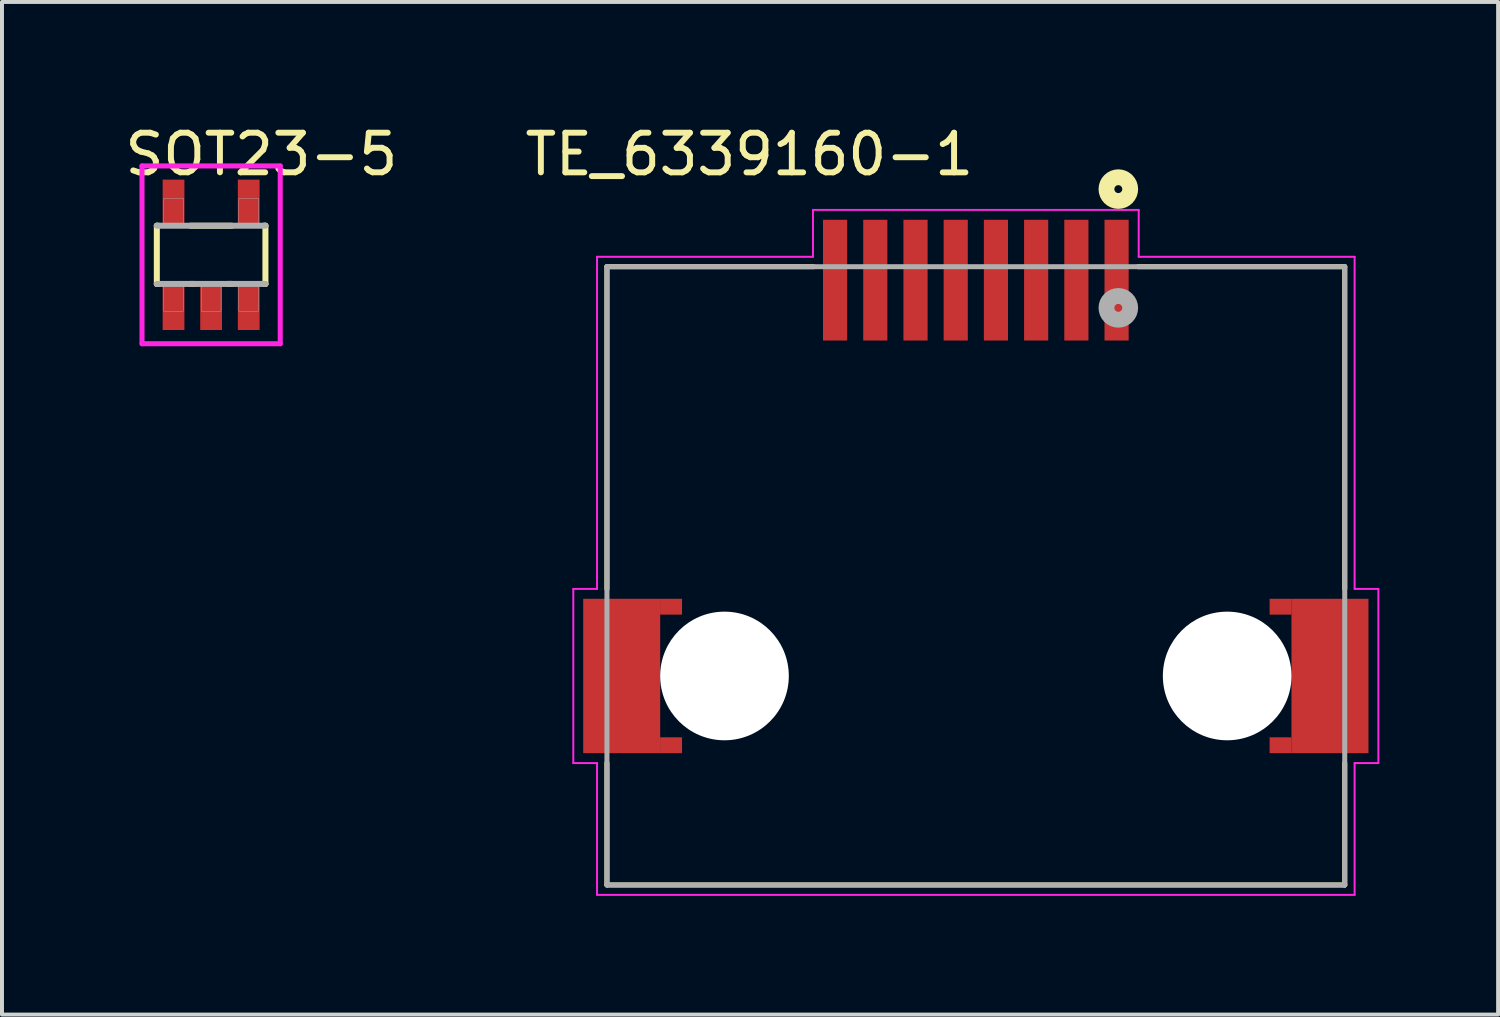
<source format=kicad_pcb>
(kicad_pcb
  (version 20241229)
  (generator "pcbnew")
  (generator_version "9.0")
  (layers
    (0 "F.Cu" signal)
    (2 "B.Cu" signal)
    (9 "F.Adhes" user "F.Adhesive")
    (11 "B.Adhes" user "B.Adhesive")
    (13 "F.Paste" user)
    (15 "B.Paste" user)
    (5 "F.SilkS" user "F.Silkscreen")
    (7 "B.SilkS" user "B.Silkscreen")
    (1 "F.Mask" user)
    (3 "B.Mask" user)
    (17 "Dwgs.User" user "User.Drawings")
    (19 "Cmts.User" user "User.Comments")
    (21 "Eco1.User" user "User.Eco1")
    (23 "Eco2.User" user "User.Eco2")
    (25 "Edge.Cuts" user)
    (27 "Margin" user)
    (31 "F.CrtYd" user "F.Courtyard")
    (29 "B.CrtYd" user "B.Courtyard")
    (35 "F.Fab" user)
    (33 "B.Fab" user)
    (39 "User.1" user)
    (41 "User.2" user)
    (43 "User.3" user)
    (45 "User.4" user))
  (footprint "TE_6339160-1"
    (layer "F.Cu")
    (at 21.604 4.028)
    (property "Reference" "TE_6339160-1" (at -5.722 -3.179 0) (layer "F.SilkS") (effects (font (size 1.001 1.001) (thickness 0.15))))
    (attr through_hole)
    (fp_line (start -9.32 -0.34) (end -4.1 -0.34) (stroke (width 0.127) (type solid)) (layer "F.SilkS"))
    (fp_line (start -9.32 7.8) (end -9.32 -0.34) (stroke (width 0.127) (type solid)) (layer "F.SilkS"))
    (fp_line (start -9.32 15.28) (end -9.32 12.2) (stroke (width 0.127) (type solid)) (layer "F.SilkS"))
    (fp_line (start 4.1 -0.34) (end 9.32 -0.34) (stroke (width 0.127) (type solid)) (layer "F.SilkS"))
    (fp_line (start 9.32 -0.34) (end 9.32 7.8) (stroke (width 0.127) (type solid)) (layer "F.SilkS"))
    (fp_line (start 9.32 12.2) (end 9.32 15.28) (stroke (width 0.127) (type solid)) (layer "F.SilkS"))
    (fp_line (start 9.32 15.28) (end -9.32 15.28) (stroke (width 0.127) (type solid)) (layer "F.SilkS"))
    (fp_circle (center 3.6 -2.3) (end 3.7 -2.3) (stroke (width 0.4) (type solid)) (fill no) (layer "F.SilkS"))
    (fp_line (start -10.17 7.8) (end -9.57 7.8) (stroke (width 0.05) (type solid)) (layer "F.CrtYd"))
    (fp_line (start -10.17 12.2) (end -10.17 7.8) (stroke (width 0.05) (type solid)) (layer "F.CrtYd"))
    (fp_line (start -9.57 -0.59) (end -4.115 -0.59) (stroke (width 0.05) (type solid)) (layer "F.CrtYd"))
    (fp_line (start -9.57 7.8) (end -9.57 -0.59) (stroke (width 0.05) (type solid)) (layer "F.CrtYd"))
    (fp_line (start -9.57 12.2) (end -10.17 12.2) (stroke (width 0.05) (type solid)) (layer "F.CrtYd"))
    (fp_line (start -9.57 15.53) (end -9.57 12.2) (stroke (width 0.05) (type solid)) (layer "F.CrtYd"))
    (fp_line (start -4.115 -1.775) (end 4.115 -1.775) (stroke (width 0.05) (type solid)) (layer "F.CrtYd"))
    (fp_line (start -4.115 -0.59) (end -4.115 -1.775) (stroke (width 0.05) (type solid)) (layer "F.CrtYd"))
    (fp_line (start 4.115 -1.775) (end 4.115 -0.59) (stroke (width 0.05) (type solid)) (layer "F.CrtYd"))
    (fp_line (start 4.115 -0.59) (end 9.57 -0.59) (stroke (width 0.05) (type solid)) (layer "F.CrtYd"))
    (fp_line (start 9.57 -0.59) (end 9.57 7.8) (stroke (width 0.05) (type solid)) (layer "F.CrtYd"))
    (fp_line (start 9.57 7.8) (end 10.17 7.8) (stroke (width 0.05) (type solid)) (layer "F.CrtYd"))
    (fp_line (start 9.57 12.2) (end 9.57 15.53) (stroke (width 0.05) (type solid)) (layer "F.CrtYd"))
    (fp_line (start 9.57 15.53) (end -9.57 15.53) (stroke (width 0.05) (type solid)) (layer "F.CrtYd"))
    (fp_line (start 10.17 7.8) (end 10.17 12.2) (stroke (width 0.05) (type solid)) (layer "F.CrtYd"))
    (fp_line (start 10.17 12.2) (end 9.57 12.2) (stroke (width 0.05) (type solid)) (layer "F.CrtYd"))
    (fp_line (start -9.32 -0.34) (end 9.32 -0.34) (stroke (width 0.127) (type solid)) (layer "F.Fab"))
    (fp_line (start -9.32 15.28) (end -9.32 -0.34) (stroke (width 0.127) (type solid)) (layer "F.Fab"))
    (fp_line (start 9.32 -0.34) (end 9.32 15.28) (stroke (width 0.127) (type solid)) (layer "F.Fab"))
    (fp_line (start 9.32 15.28) (end -9.32 15.28) (stroke (width 0.127) (type solid)) (layer "F.Fab"))
    (fp_circle (center 3.6 0.7) (end 3.7 0.7) (stroke (width 0.4) (type solid)) (fill no) (layer "F.Fab"))
    (pad "" np_thru_hole circle (at -6.35 10) (size 3.25 3.25) (drill 3.25) (layers "*.Cu" "*.Mask"))
    (pad "" np_thru_hole circle (at 6.35 10) (size 3.25 3.25) (drill 3.25) (layers "*.Cu" "*.Mask"))
    (pad "1" smd rect (at 3.556 0) (size 0.61 3.05) (layers "F.Cu" "F.Mask" "F.Paste"))
    (pad "2" smd rect (at 2.54 0) (size 0.61 3.05) (layers "F.Cu" "F.Mask" "F.Paste"))
    (pad "3" smd rect (at 1.524 0) (size 0.61 3.05) (layers "F.Cu" "F.Mask" "F.Paste"))
    (pad "4" smd rect (at 0.508 0) (size 0.61 3.05) (layers "F.Cu" "F.Mask" "F.Paste"))
    (pad "5" smd rect (at -0.508 0) (size 0.61 3.05) (layers "F.Cu" "F.Mask" "F.Paste"))
    (pad "6" smd rect (at -1.524 0) (size 0.61 3.05) (layers "F.Cu" "F.Mask" "F.Paste"))
    (pad "7" smd rect (at -2.54 0) (size 0.61 3.05) (layers "F.Cu" "F.Mask" "F.Paste"))
    (pad "8" smd rect (at -3.556 0) (size 0.61 3.05) (layers "F.Cu" "F.Mask" "F.Paste"))
    (pad "SH1" smd rect (at -8.947 10) (size 1.945 3.9) (layers "F.Cu" "F.Mask" "F.Paste"))
    (pad "SH1_1" smd rect (at -7.7 8.25) (size 0.555 0.4) (layers "F.Cu" "F.Mask" "F.Paste"))
    (pad "SH1_2" smd rect (at -7.7 11.75) (size 0.555 0.4) (layers "F.Cu" "F.Mask" "F.Paste"))
    (pad "SH2" smd rect (at 8.947 10) (size 1.945 3.9) (layers "F.Cu" "F.Mask" "F.Paste"))
    (pad "SH2_1" smd rect (at 7.7 8.25) (size 0.555 0.4) (layers "F.Cu" "F.Mask" "F.Paste"))
    (pad "SH2_2" smd rect (at 7.7 11.75) (size 0.555 0.4) (layers "F.Cu" "F.Mask" "F.Paste")))
  (footprint "SOT23-5"
    (layer "F.Cu")
    (at 2.284 3.388)
    (property "Reference" "SOT23-5" (at 1.27 -2.54 0) (layer "F.SilkS") (effects (font (size 1 1) (thickness 0.15))))
    (attr through_hole)
    (fp_line (start -1.372 -0.735) (end -1.328 -0.735) (stroke (width 0.152) (type solid)) (layer "F.SilkS"))
    (fp_line (start -1.372 0.735) (end -1.372 -0.735) (stroke (width 0.152) (type solid)) (layer "F.SilkS"))
    (fp_line (start -1.328 0.735) (end -1.372 0.735) (stroke (width 0.152) (type solid)) (layer "F.SilkS"))
    (fp_line (start -0.522 -0.735) (end 0.522 -0.735) (stroke (width 0.152) (type solid)) (layer "F.SilkS"))
    (fp_line (start -0.428 0.735) (end -0.522 0.735) (stroke (width 0.152) (type solid)) (layer "F.SilkS"))
    (fp_line (start 0.522 0.735) (end 0.428 0.735) (stroke (width 0.152) (type solid)) (layer "F.SilkS"))
    (fp_line (start 1.328 -0.735) (end 1.372 -0.735) (stroke (width 0.152) (type solid)) (layer "F.SilkS"))
    (fp_line (start 1.372 -0.735) (end 1.372 0.735) (stroke (width 0.152) (type solid)) (layer "F.SilkS"))
    (fp_line (start 1.372 0.735) (end 1.328 0.735) (stroke (width 0.152) (type solid)) (layer "F.SilkS"))
    (fp_line (start -1.746 -2.246) (end 1.746 -2.246) (stroke (width 0.127) (type solid)) (layer "F.CrtYd"))
    (fp_line (start -1.746 2.246) (end -1.746 -2.246) (stroke (width 0.127) (type solid)) (layer "F.CrtYd"))
    (fp_line (start 1.746 -2.246) (end 1.746 2.246) (stroke (width 0.127) (type solid)) (layer "F.CrtYd"))
    (fp_line (start 1.746 2.246) (end -1.746 2.246) (stroke (width 0.127) (type solid)) (layer "F.CrtYd"))
    (fp_line (start -1.372 -0.735) (end 1.372 -0.735) (stroke (width 0.152) (type solid)) (layer "F.Fab"))
    (fp_line (start 1.372 0.735) (end -1.372 0.735) (stroke (width 0.152) (type solid)) (layer "F.Fab"))
    (fp_poly (pts (xy -1.2 -1.425) (xy -0.7 -1.425) (xy -0.7 -0.775) (xy -1.2 -0.775)) (stroke (width 0.01) (type solid)) (fill no) (layer "F.Fab"))
    (fp_poly (pts (xy -1.2 0.775) (xy -0.7 0.775) (xy -0.7 1.425) (xy -1.2 1.425)) (stroke (width 0.01) (type solid)) (fill no) (layer "F.Fab"))
    (fp_poly (pts (xy -0.25 0.775) (xy 0.25 0.775) (xy 0.25 1.425) (xy -0.25 1.425)) (stroke (width 0.01) (type solid)) (fill no) (layer "F.Fab"))
    (fp_poly (pts (xy 0.7 -1.425) (xy 1.2 -1.425) (xy 1.2 -0.775) (xy 0.7 -0.775)) (stroke (width 0.01) (type solid)) (fill no) (layer "F.Fab"))
    (fp_poly (pts (xy 0.7 0.775) (xy 1.2 0.775) (xy 1.2 1.425) (xy 0.7 1.425)) (stroke (width 0.01) (type solid)) (fill no) (layer "F.Fab"))
    (pad "1" smd rect (at -0.95 1.3) (size 0.55 1.2) (layers "F.Cu" "F.Mask" "F.Paste"))
    (pad "2" smd rect (at 0 1.3) (size 0.55 1.2) (layers "F.Cu" "F.Mask" "F.Paste"))
    (pad "3" smd rect (at 0.95 1.3) (size 0.55 1.2) (layers "F.Cu" "F.Mask" "F.Paste"))
    (pad "4" smd rect (at 0.95 -1.3) (size 0.55 1.2) (layers "F.Cu" "F.Mask" "F.Paste"))
    (pad "5" smd rect (at -0.95 -1.3) (size 0.55 1.2) (layers "F.Cu" "F.Mask" "F.Paste")))
  (gr_rect
    (start -3 -3)
    (end 34.799 22.583)
    (stroke (width 0.1) (type default))
    (fill no)
    (layer "Edge.Cuts")))
</source>
